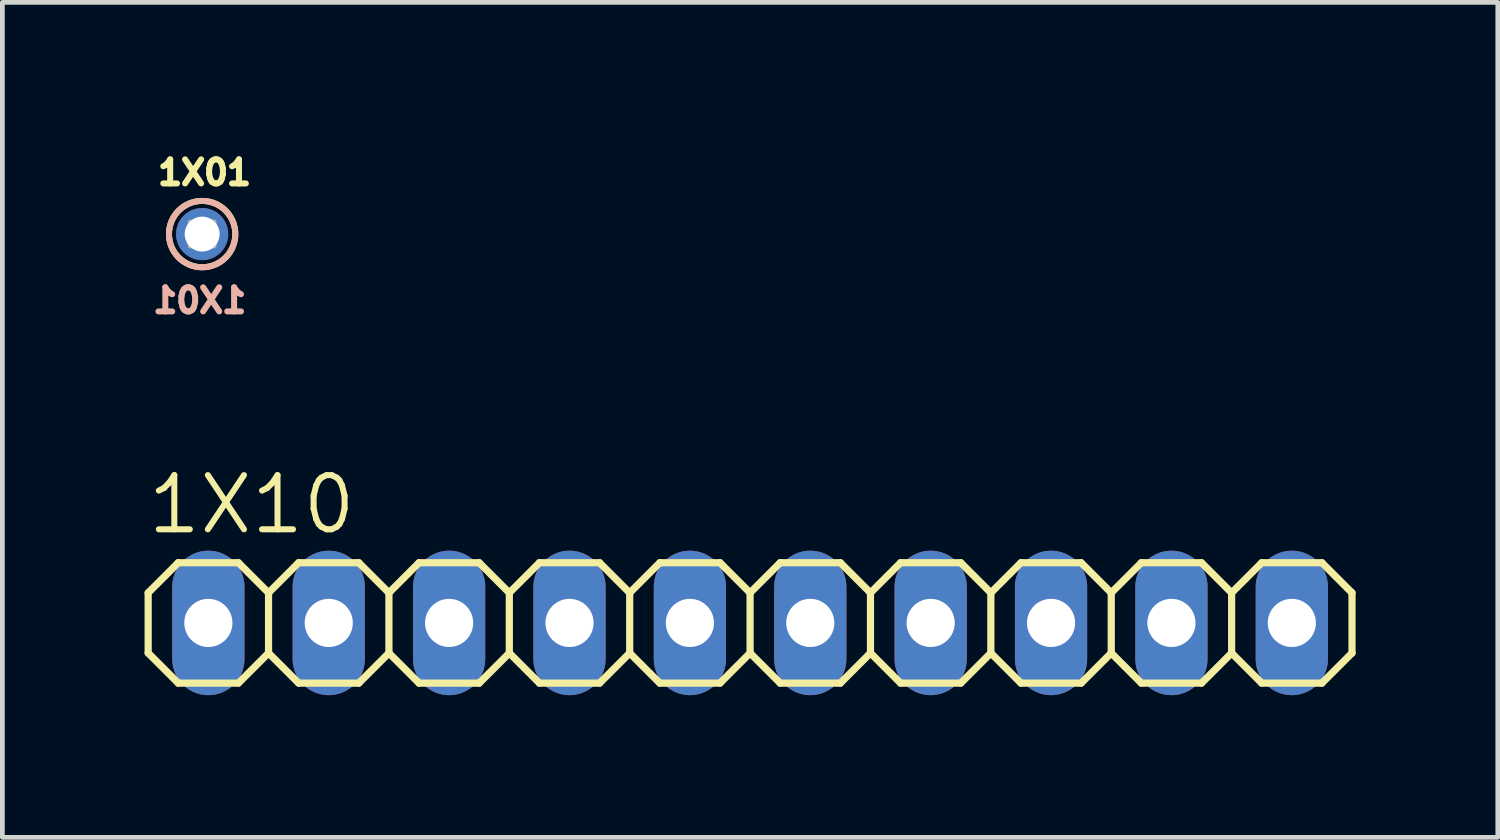
<source format=kicad_pcb>
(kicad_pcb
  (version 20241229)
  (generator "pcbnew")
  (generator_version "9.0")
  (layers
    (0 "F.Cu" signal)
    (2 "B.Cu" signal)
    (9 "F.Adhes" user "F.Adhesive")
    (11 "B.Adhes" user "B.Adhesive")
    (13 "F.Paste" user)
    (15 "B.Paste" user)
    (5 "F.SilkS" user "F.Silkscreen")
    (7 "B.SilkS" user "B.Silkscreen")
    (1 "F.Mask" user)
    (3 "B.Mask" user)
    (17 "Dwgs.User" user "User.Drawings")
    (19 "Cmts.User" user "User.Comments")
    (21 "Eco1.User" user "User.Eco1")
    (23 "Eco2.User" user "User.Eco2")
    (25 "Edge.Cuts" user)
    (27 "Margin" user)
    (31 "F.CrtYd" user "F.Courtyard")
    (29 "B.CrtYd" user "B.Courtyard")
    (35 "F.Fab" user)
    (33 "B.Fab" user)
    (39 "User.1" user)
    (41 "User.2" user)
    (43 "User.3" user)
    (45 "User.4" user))
  (footprint "1X10"
    (layer "F.Cu")
    (at 12.776 10.093)
    (property "Reference" "1X10" (at -12.776 -1.829 0) (layer "F.SilkS") (effects (font (size 1.143 1.143) (thickness 0.127)) (justify left bottom)))
    (fp_line (start -12.7 -0.635) (end -12.7 0.635) (stroke (width 0.152) (type solid)) (layer "F.SilkS"))
    (fp_line (start -12.7 0.635) (end -12.065 1.27) (stroke (width 0.152) (type solid)) (layer "F.SilkS"))
    (fp_line (start -12.065 -1.27) (end -12.7 -0.635) (stroke (width 0.152) (type solid)) (layer "F.SilkS"))
    (fp_line (start -12.065 -1.27) (end -10.795 -1.27) (stroke (width 0.152) (type solid)) (layer "F.SilkS"))
    (fp_line (start -10.795 -1.27) (end -10.16 -0.635) (stroke (width 0.152) (type solid)) (layer "F.SilkS"))
    (fp_line (start -10.795 1.27) (end -12.065 1.27) (stroke (width 0.152) (type solid)) (layer "F.SilkS"))
    (fp_line (start -10.16 -0.635) (end -10.16 0.635) (stroke (width 0.152) (type solid)) (layer "F.SilkS"))
    (fp_line (start -10.16 -0.635) (end -9.525 -1.27) (stroke (width 0.152) (type solid)) (layer "F.SilkS"))
    (fp_line (start -10.16 0.635) (end -10.795 1.27) (stroke (width 0.152) (type solid)) (layer "F.SilkS"))
    (fp_line (start -9.525 -1.27) (end -8.255 -1.27) (stroke (width 0.152) (type solid)) (layer "F.SilkS"))
    (fp_line (start -9.525 1.27) (end -10.16 0.635) (stroke (width 0.152) (type solid)) (layer "F.SilkS"))
    (fp_line (start -8.255 -1.27) (end -7.62 -0.635) (stroke (width 0.152) (type solid)) (layer "F.SilkS"))
    (fp_line (start -8.255 1.27) (end -9.525 1.27) (stroke (width 0.152) (type solid)) (layer "F.SilkS"))
    (fp_line (start -7.62 -0.635) (end -7.62 0.635) (stroke (width 0.152) (type solid)) (layer "F.SilkS"))
    (fp_line (start -7.62 -0.635) (end -6.985 -1.27) (stroke (width 0.152) (type solid)) (layer "F.SilkS"))
    (fp_line (start -7.62 0.635) (end -8.255 1.27) (stroke (width 0.152) (type solid)) (layer "F.SilkS"))
    (fp_line (start -6.985 -1.27) (end -5.715 -1.27) (stroke (width 0.152) (type solid)) (layer "F.SilkS"))
    (fp_line (start -6.985 1.27) (end -7.62 0.635) (stroke (width 0.152) (type solid)) (layer "F.SilkS"))
    (fp_line (start -5.715 -1.27) (end -5.08 -0.635) (stroke (width 0.152) (type solid)) (layer "F.SilkS"))
    (fp_line (start -5.715 1.27) (end -6.985 1.27) (stroke (width 0.152) (type solid)) (layer "F.SilkS"))
    (fp_line (start -5.08 -0.635) (end -5.08 0.635) (stroke (width 0.152) (type solid)) (layer "F.SilkS"))
    (fp_line (start -5.08 0.635) (end -5.715 1.27) (stroke (width 0.152) (type solid)) (layer "F.SilkS"))
    (fp_line (start -5.08 0.635) (end -4.445 1.27) (stroke (width 0.152) (type solid)) (layer "F.SilkS"))
    (fp_line (start -4.445 -1.27) (end -5.08 -0.635) (stroke (width 0.152) (type solid)) (layer "F.SilkS"))
    (fp_line (start -4.445 -1.27) (end -3.175 -1.27) (stroke (width 0.152) (type solid)) (layer "F.SilkS"))
    (fp_line (start -3.175 -1.27) (end -2.54 -0.635) (stroke (width 0.152) (type solid)) (layer "F.SilkS"))
    (fp_line (start -3.175 1.27) (end -4.445 1.27) (stroke (width 0.152) (type solid)) (layer "F.SilkS"))
    (fp_line (start -2.54 -0.635) (end -2.54 0.635) (stroke (width 0.152) (type solid)) (layer "F.SilkS"))
    (fp_line (start -2.54 -0.635) (end -1.905 -1.27) (stroke (width 0.152) (type solid)) (layer "F.SilkS"))
    (fp_line (start -2.54 0.635) (end -3.175 1.27) (stroke (width 0.152) (type solid)) (layer "F.SilkS"))
    (fp_line (start -1.905 -1.27) (end -0.635 -1.27) (stroke (width 0.152) (type solid)) (layer "F.SilkS"))
    (fp_line (start -1.905 1.27) (end -2.54 0.635) (stroke (width 0.152) (type solid)) (layer "F.SilkS"))
    (fp_line (start -0.635 -1.27) (end 0 -0.635) (stroke (width 0.152) (type solid)) (layer "F.SilkS"))
    (fp_line (start -0.635 1.27) (end -1.905 1.27) (stroke (width 0.152) (type solid)) (layer "F.SilkS"))
    (fp_line (start 0 -0.635) (end 0 0.635) (stroke (width 0.152) (type solid)) (layer "F.SilkS"))
    (fp_line (start 0 -0.635) (end 0.635 -1.27) (stroke (width 0.152) (type solid)) (layer "F.SilkS"))
    (fp_line (start 0 0.635) (end -0.635 1.27) (stroke (width 0.152) (type solid)) (layer "F.SilkS"))
    (fp_line (start 0.635 -1.27) (end 1.905 -1.27) (stroke (width 0.152) (type solid)) (layer "F.SilkS"))
    (fp_line (start 0.635 1.27) (end 0 0.635) (stroke (width 0.152) (type solid)) (layer "F.SilkS"))
    (fp_line (start 1.905 -1.27) (end 2.54 -0.635) (stroke (width 0.152) (type solid)) (layer "F.SilkS"))
    (fp_line (start 1.905 1.27) (end 0.635 1.27) (stroke (width 0.152) (type solid)) (layer "F.SilkS"))
    (fp_line (start 2.54 -0.635) (end 2.54 0.635) (stroke (width 0.152) (type solid)) (layer "F.SilkS"))
    (fp_line (start 2.54 0.635) (end 1.905 1.27) (stroke (width 0.152) (type solid)) (layer "F.SilkS"))
    (fp_line (start 2.54 0.635) (end 3.175 1.27) (stroke (width 0.152) (type solid)) (layer "F.SilkS"))
    (fp_line (start 3.175 -1.27) (end 2.54 -0.635) (stroke (width 0.152) (type solid)) (layer "F.SilkS"))
    (fp_line (start 3.175 -1.27) (end 4.445 -1.27) (stroke (width 0.152) (type solid)) (layer "F.SilkS"))
    (fp_line (start 4.445 -1.27) (end 5.08 -0.635) (stroke (width 0.152) (type solid)) (layer "F.SilkS"))
    (fp_line (start 4.445 1.27) (end 3.175 1.27) (stroke (width 0.152) (type solid)) (layer "F.SilkS"))
    (fp_line (start 5.08 -0.635) (end 5.08 0.635) (stroke (width 0.152) (type solid)) (layer "F.SilkS"))
    (fp_line (start 5.08 -0.635) (end 5.715 -1.27) (stroke (width 0.152) (type solid)) (layer "F.SilkS"))
    (fp_line (start 5.08 0.635) (end 4.445 1.27) (stroke (width 0.152) (type solid)) (layer "F.SilkS"))
    (fp_line (start 5.715 -1.27) (end 6.985 -1.27) (stroke (width 0.152) (type solid)) (layer "F.SilkS"))
    (fp_line (start 5.715 1.27) (end 5.08 0.635) (stroke (width 0.152) (type solid)) (layer "F.SilkS"))
    (fp_line (start 6.985 -1.27) (end 7.62 -0.635) (stroke (width 0.152) (type solid)) (layer "F.SilkS"))
    (fp_line (start 6.985 1.27) (end 5.715 1.27) (stroke (width 0.152) (type solid)) (layer "F.SilkS"))
    (fp_line (start 7.62 -0.635) (end 7.62 0.635) (stroke (width 0.152) (type solid)) (layer "F.SilkS"))
    (fp_line (start 7.62 -0.635) (end 8.255 -1.27) (stroke (width 0.152) (type solid)) (layer "F.SilkS"))
    (fp_line (start 7.62 0.635) (end 6.985 1.27) (stroke (width 0.152) (type solid)) (layer "F.SilkS"))
    (fp_line (start 8.255 -1.27) (end 9.525 -1.27) (stroke (width 0.152) (type solid)) (layer "F.SilkS"))
    (fp_line (start 8.255 1.27) (end 7.62 0.635) (stroke (width 0.152) (type solid)) (layer "F.SilkS"))
    (fp_line (start 9.525 -1.27) (end 10.16 -0.635) (stroke (width 0.152) (type solid)) (layer "F.SilkS"))
    (fp_line (start 9.525 1.27) (end 8.255 1.27) (stroke (width 0.152) (type solid)) (layer "F.SilkS"))
    (fp_line (start 10.16 -0.635) (end 10.16 0.635) (stroke (width 0.152) (type solid)) (layer "F.SilkS"))
    (fp_line (start 10.16 0.635) (end 9.525 1.27) (stroke (width 0.152) (type solid)) (layer "F.SilkS"))
    (fp_line (start 10.16 0.635) (end 10.795 1.27) (stroke (width 0.152) (type solid)) (layer "F.SilkS"))
    (fp_line (start 10.795 -1.27) (end 10.16 -0.635) (stroke (width 0.152) (type solid)) (layer "F.SilkS"))
    (fp_line (start 10.795 -1.27) (end 12.065 -1.27) (stroke (width 0.152) (type solid)) (layer "F.SilkS"))
    (fp_line (start 12.065 -1.27) (end 12.7 -0.635) (stroke (width 0.152) (type solid)) (layer "F.SilkS"))
    (fp_line (start 12.065 1.27) (end 10.795 1.27) (stroke (width 0.152) (type solid)) (layer "F.SilkS"))
    (fp_line (start 12.7 -0.635) (end 12.7 0.635) (stroke (width 0.152) (type solid)) (layer "F.SilkS"))
    (fp_line (start 12.7 0.635) (end 12.065 1.27) (stroke (width 0.152) (type solid)) (layer "F.SilkS"))
    (fp_poly (pts (xy -11.684 0.254) (xy -11.176 0.254) (xy -11.176 -0.254) (xy -11.684 -0.254)) (stroke (width 0.1) (type default)) (fill no) (layer "F.Fab"))
    (fp_poly (pts (xy -9.144 0.254) (xy -8.636 0.254) (xy -8.636 -0.254) (xy -9.144 -0.254)) (stroke (width 0.1) (type default)) (fill no) (layer "F.Fab"))
    (fp_poly (pts (xy -6.604 0.254) (xy -6.096 0.254) (xy -6.096 -0.254) (xy -6.604 -0.254)) (stroke (width 0.1) (type default)) (fill no) (layer "F.Fab"))
    (fp_poly (pts (xy -4.064 0.254) (xy -3.556 0.254) (xy -3.556 -0.254) (xy -4.064 -0.254)) (stroke (width 0.1) (type default)) (fill no) (layer "F.Fab"))
    (fp_poly (pts (xy -1.524 0.254) (xy -1.016 0.254) (xy -1.016 -0.254) (xy -1.524 -0.254)) (stroke (width 0.1) (type default)) (fill no) (layer "F.Fab"))
    (fp_poly (pts (xy 1.016 0.254) (xy 1.524 0.254) (xy 1.524 -0.254) (xy 1.016 -0.254)) (stroke (width 0.1) (type default)) (fill no) (layer "F.Fab"))
    (fp_poly (pts (xy 3.556 0.254) (xy 4.064 0.254) (xy 4.064 -0.254) (xy 3.556 -0.254)) (stroke (width 0.1) (type default)) (fill no) (layer "F.Fab"))
    (fp_poly (pts (xy 6.096 0.254) (xy 6.604 0.254) (xy 6.604 -0.254) (xy 6.096 -0.254)) (stroke (width 0.1) (type default)) (fill no) (layer "F.Fab"))
    (fp_poly (pts (xy 8.636 0.254) (xy 9.144 0.254) (xy 9.144 -0.254) (xy 8.636 -0.254)) (stroke (width 0.1) (type default)) (fill no) (layer "F.Fab"))
    (fp_poly (pts (xy 11.176 0.254) (xy 11.684 0.254) (xy 11.684 -0.254) (xy 11.176 -0.254)) (stroke (width 0.1) (type default)) (fill no) (layer "F.Fab"))
    (pad "1" thru_hole oval (at -11.43 0 90) (size 3.048 1.524) (drill 1.016) (layers "*.Cu" "*.Mask"))
    (pad "2" thru_hole oval (at -8.89 0 90) (size 3.048 1.524) (drill 1.016) (layers "*.Cu" "*.Mask"))
    (pad "3" thru_hole oval (at -6.35 0 90) (size 3.048 1.524) (drill 1.016) (layers "*.Cu" "*.Mask"))
    (pad "4" thru_hole oval (at -3.81 0 90) (size 3.048 1.524) (drill 1.016) (layers "*.Cu" "*.Mask"))
    (pad "5" thru_hole oval (at -1.27 0 90) (size 3.048 1.524) (drill 1.016) (layers "*.Cu" "*.Mask"))
    (pad "6" thru_hole oval (at 1.27 0 90) (size 3.048 1.524) (drill 1.016) (layers "*.Cu" "*.Mask"))
    (pad "7" thru_hole oval (at 3.81 0 90) (size 3.048 1.524) (drill 1.016) (layers "*.Cu" "*.Mask"))
    (pad "8" thru_hole oval (at 6.35 0 90) (size 3.048 1.524) (drill 1.016) (layers "*.Cu" "*.Mask"))
    (pad "9" thru_hole oval (at 8.89 0 90) (size 3.048 1.524) (drill 1.016) (layers "*.Cu" "*.Mask"))
    (pad "10" thru_hole oval (at 11.43 0 90) (size 3.048 1.524) (drill 1.016) (layers "*.Cu" "*.Mask")))
  (footprint "1X01"
    (layer "F.Cu")
    (at 1.215 1.889)
    (property "Reference" "1X01" (at -1 -1 0) (layer "F.SilkS") (effects (font (size 0.508 0.508) (thickness 0.127)) (justify left bottom)))
    (fp_circle (center 0 0) (end 0.7 0) (stroke (width 0.127) (type solid)) (fill no) (layer "F.SilkS"))
    (fp_circle (center 0 0) (end 0.7 0) (stroke (width 0.127) (type solid)) (fill no) (layer "B.SilkS"))
    (fp_poly (pts (xy -0.254 0.254) (xy 0.254 0.254) (xy 0.254 -0.254) (xy -0.254 -0.254)) (stroke (width 0.1) (type default)) (fill no) (layer "F.Fab"))
    (fp_text user "${REFERENCE}" (at 1 1.7 0) (layer "B.SilkS") (effects (font (size 0.508 0.508) (thickness 0.127)) (justify left bottom mirror)))
    (pad "1" thru_hole circle (at 0 0) (size 1.1 1.1) (drill 0.737) (layers "*.Cu" "*.Mask")))
  (gr_rect
    (start -3 -3)
    (end 28.552 14.617)
    (stroke (width 0.1) (type default))
    (fill no)
    (layer "Edge.Cuts")))
</source>
